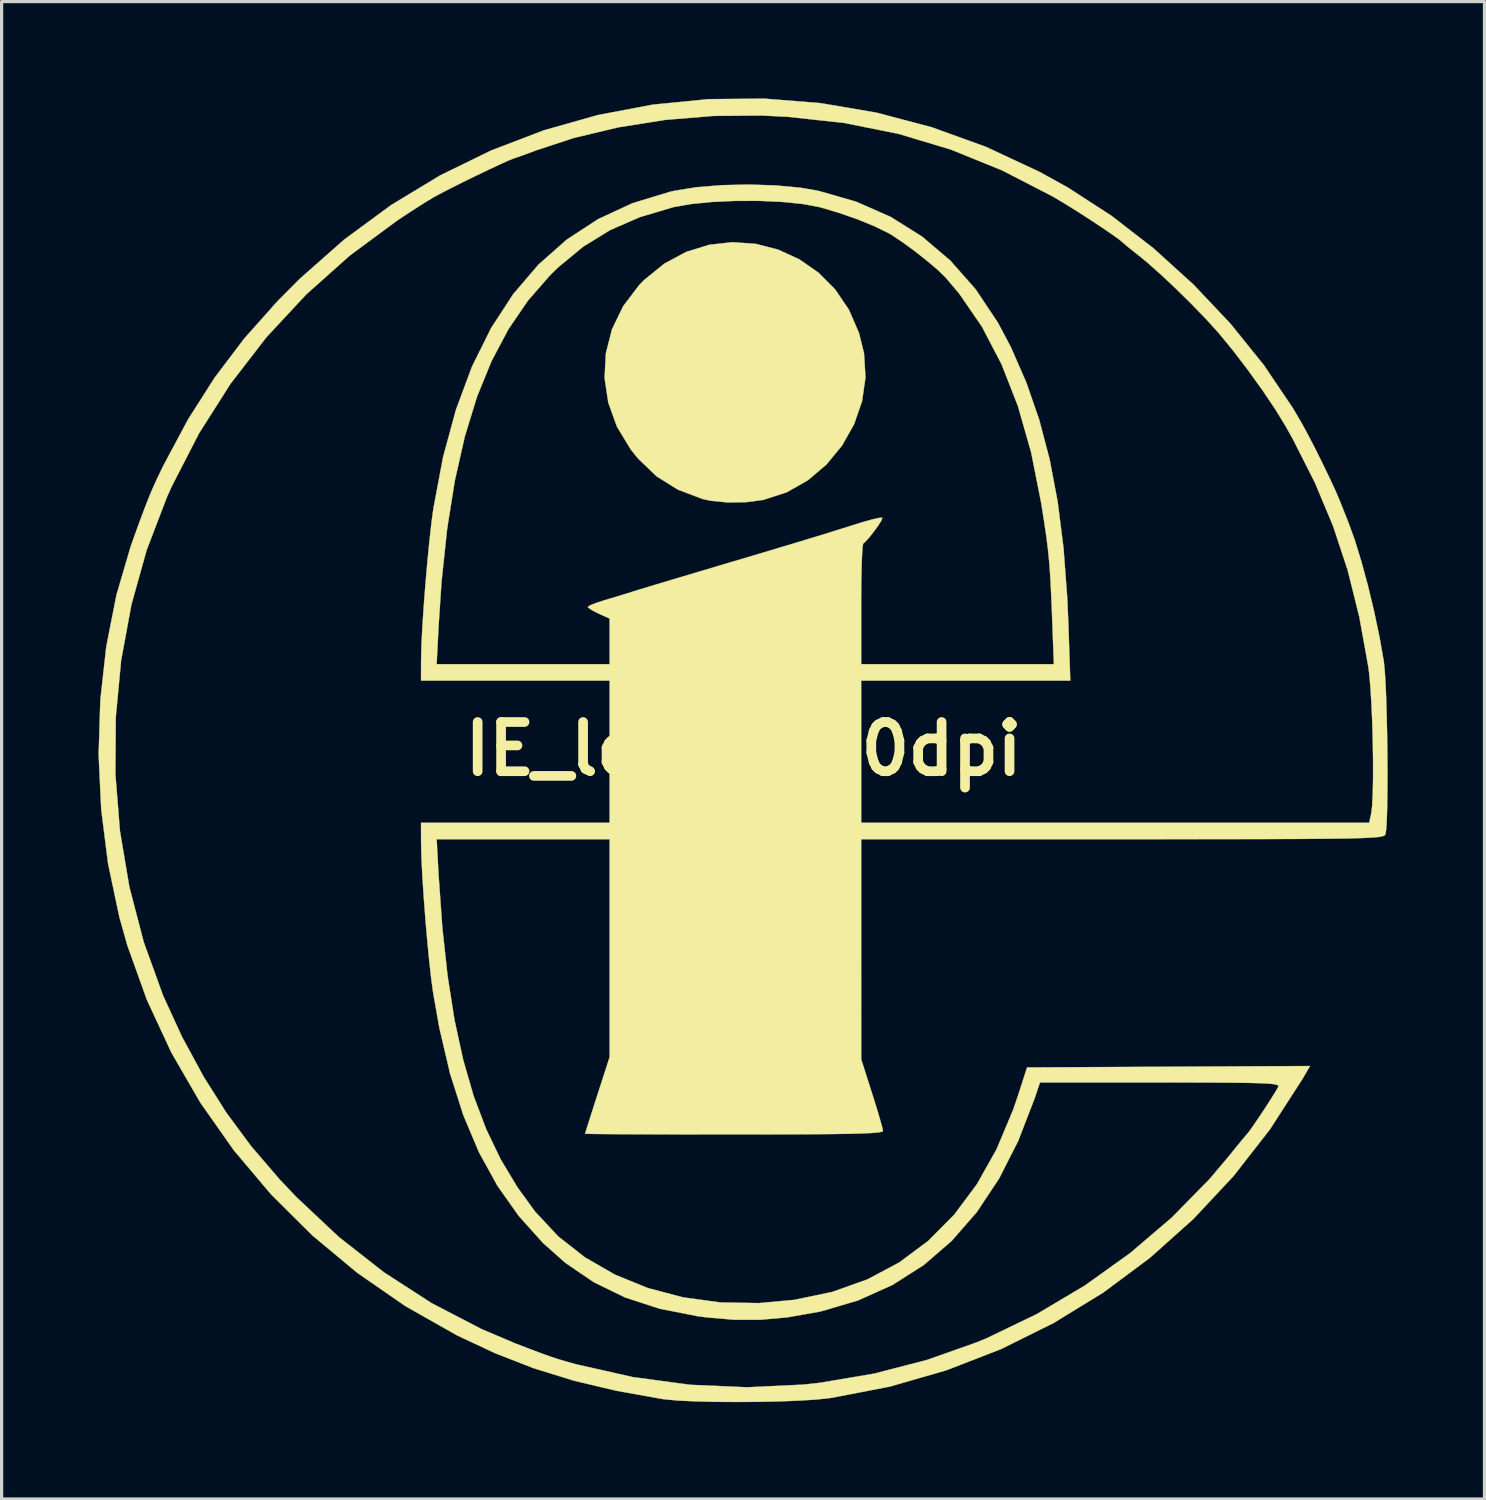
<source format=kicad_pcb>
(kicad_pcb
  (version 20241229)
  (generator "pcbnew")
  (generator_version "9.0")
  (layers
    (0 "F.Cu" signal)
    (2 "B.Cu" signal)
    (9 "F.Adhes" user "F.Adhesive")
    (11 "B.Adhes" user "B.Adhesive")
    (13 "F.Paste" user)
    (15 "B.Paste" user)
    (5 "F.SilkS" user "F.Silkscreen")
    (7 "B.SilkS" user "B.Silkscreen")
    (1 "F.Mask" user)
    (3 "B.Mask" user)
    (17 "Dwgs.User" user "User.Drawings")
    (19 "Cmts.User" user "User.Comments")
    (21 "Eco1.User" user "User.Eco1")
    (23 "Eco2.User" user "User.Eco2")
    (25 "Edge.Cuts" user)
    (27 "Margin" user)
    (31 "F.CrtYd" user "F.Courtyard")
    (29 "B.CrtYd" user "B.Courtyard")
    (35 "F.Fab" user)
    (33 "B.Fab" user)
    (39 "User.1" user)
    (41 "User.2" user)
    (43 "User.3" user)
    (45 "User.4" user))
  (footprint "IE_logo_300dpi"
    (layer "F.Cu")
    (at 19.981 20.147)
    (property "Reference" "IE_logo_300dpi" (at 0 0 0) (layer "F.SilkS") (effects (font (size 1.524 1.524) (thickness 0.3))))
    (attr through_hole)
    (fp_poly (pts (xy 0.377 -15.644) (xy 1.071 -15.465) (xy 1.724 -15.166) (xy 2.319 -14.752) (xy 2.838 -14.23) (xy 3.262 -13.605) (xy 3.574 -12.884) (xy 3.729 -12.259) (xy 3.775 -11.507) (xy 3.668 -10.766) (xy 3.421 -10.055) (xy 3.049 -9.396) (xy 2.568 -8.812) (xy 1.991 -8.322) (xy 1.334 -7.949) (xy 0.611 -7.715) (xy 0.61 -7.714) (xy 0.078 -7.644) (xy -0.492 -7.635) (xy -1.024 -7.688) (xy -1.27 -7.742) (xy -2.034 -8.031) (xy -2.691 -8.441) (xy -3.266 -8.991) (xy -3.495 -9.276) (xy -3.922 -9.98) (xy -4.191 -10.725) (xy -4.306 -11.489) (xy -4.266 -12.255) (xy -4.075 -13.002) (xy -3.732 -13.71) (xy -3.24 -14.361) (xy -3.084 -14.522) (xy -2.453 -15.035) (xy -1.773 -15.397) (xy -1.063 -15.616) (xy -0.341 -15.696) (xy 0.377 -15.644)) (stroke (width 0.01) (type solid)) (fill yes) (layer "F.SilkS"))
    (fp_poly (pts (xy 2.382 -20.003) (xy 4.111 -19.709) (xy 5.823 -19.257) (xy 7.508 -18.648) (xy 9.156 -17.879) (xy 10.043 -17.389) (xy 11.395 -16.513) (xy 12.701 -15.502) (xy 13.938 -14.379) (xy 15.083 -13.167) (xy 16.113 -11.889) (xy 17.005 -10.568) (xy 17.29 -10.084) (xy 17.48 -9.733) (xy 17.703 -9.303) (xy 17.934 -8.838) (xy 18.153 -8.386) (xy 18.335 -7.991) (xy 18.458 -7.705) (xy 18.575 -7.41) (xy 18.68 -7.148) (xy 18.728 -7.027) (xy 18.928 -6.477) (xy 19.135 -5.802) (xy 19.34 -5.046) (xy 19.531 -4.25) (xy 19.697 -3.46) (xy 19.827 -2.718) (xy 19.829 -2.709) (xy 19.856 -2.447) (xy 19.881 -2.062) (xy 19.902 -1.583) (xy 19.918 -1.035) (xy 19.931 -0.444) (xy 19.939 0.162) (xy 19.942 0.757) (xy 19.94 1.315) (xy 19.933 1.81) (xy 19.92 2.214) (xy 19.902 2.502) (xy 19.878 2.646) (xy 19.861 2.671) (xy 19.824 2.692) (xy 19.757 2.712) (xy 19.65 2.728) (xy 19.494 2.742) (xy 19.277 2.754) (xy 18.991 2.764) (xy 18.625 2.773) (xy 18.169 2.779) (xy 17.613 2.784) (xy 16.947 2.788) (xy 16.161 2.791) (xy 15.246 2.792) (xy 14.19 2.793) (xy 12.984 2.794) (xy 11.729 2.794) (xy 3.641 2.794) (xy 3.641 6.202) (xy 3.642 9.61) (xy 3.979 10.668) (xy 4.106 11.071) (xy 4.21 11.421) (xy 4.284 11.683) (xy 4.317 11.823) (xy 4.317 11.832) (xy 4.285 11.856) (xy 4.178 11.876) (xy 3.987 11.893) (xy 3.701 11.907) (xy 3.308 11.918) (xy 2.798 11.926) (xy 2.159 11.932) (xy 1.381 11.936) (xy 0.452 11.938) (xy -0.296 11.938) (xy -1.163 11.938) (xy -1.976 11.937) (xy -2.721 11.935) (xy -3.382 11.933) (xy -3.944 11.93) (xy -4.391 11.927) (xy -4.709 11.923) (xy -4.882 11.919) (xy -4.91 11.917) (xy -4.885 11.833) (xy -4.817 11.617) (xy -4.715 11.298) (xy -4.589 10.905) (xy -4.529 10.719) (xy -4.149 9.543) (xy -4.149 2.794) (xy -9.507 2.794) (xy -9.449 3.873) (xy -9.332 5.522) (xy -9.169 7.021) (xy -8.956 8.382) (xy -8.688 9.618) (xy -8.363 10.743) (xy -7.976 11.77) (xy -7.523 12.712) (xy -7.001 13.582) (xy -6.459 14.328) (xy -5.747 15.092) (xy -4.918 15.744) (xy -3.987 16.281) (xy -2.967 16.696) (xy -1.875 16.985) (xy -0.723 17.142) (xy 0.473 17.163) (xy 1.566 17.063) (xy 2.746 16.817) (xy 3.831 16.43) (xy 4.822 15.903) (xy 5.718 15.236) (xy 6.52 14.428) (xy 7.225 13.482) (xy 7.836 12.396) (xy 8.35 11.171) (xy 8.503 10.722) (xy 8.78 9.864) (xy 13.161 9.842) (xy 17.543 9.82) (xy 17.308 10.223) (xy 16.303 11.781) (xy 15.175 13.227) (xy 13.932 14.556) (xy 12.584 15.761) (xy 11.137 16.838) (xy 9.6 17.78) (xy 7.982 18.583) (xy 6.291 19.24) (xy 4.535 19.747) (xy 2.723 20.097) (xy 2.631 20.11) (xy 2.237 20.151) (xy 1.719 20.183) (xy 1.112 20.207) (xy 0.452 20.221) (xy -0.227 20.225) (xy -0.888 20.221) (xy -1.496 20.206) (xy -2.016 20.182) (xy -2.413 20.147) (xy -2.498 20.136) (xy -3.941 19.878) (xy -5.26 19.565) (xy -6.496 19.182) (xy -7.687 18.719) (xy -8.874 18.163) (xy -8.89 18.154) (xy -10.476 17.256) (xy -11.967 16.224) (xy -13.355 15.069) (xy -14.633 13.799) (xy -15.792 12.425) (xy -16.825 10.956) (xy -17.724 9.402) (xy -18.481 7.772) (xy -19.089 6.077) (xy -19.335 5.202) (xy -19.683 3.558) (xy -19.896 1.875) (xy -19.948 0.782) (xy -19.457 0.782) (xy -19.316 2.541) (xy -19.023 4.28) (xy -18.578 5.984) (xy -17.98 7.638) (xy -17.392 8.919) (xy -16.723 10.153) (xy -16.021 11.265) (xy -15.251 12.306) (xy -14.38 13.321) (xy -13.855 13.876) (xy -12.539 15.113) (xy -11.137 16.212) (xy -9.658 17.167) (xy -8.112 17.97) (xy -7.07 18.412) (xy -6.599 18.593) (xy -6.245 18.726) (xy -5.968 18.825) (xy -5.729 18.903) (xy -5.487 18.975) (xy -5.201 19.055) (xy -5.184 19.059) (xy -3.428 19.455) (xy -1.658 19.693) (xy 0.108 19.77) (xy 1.851 19.687) (xy 2.371 19.63) (xy 4.038 19.348) (xy 5.671 18.926) (xy 7.23 18.375) (xy 7.535 18.248) (xy 9.083 17.502) (xy 10.567 16.62) (xy 11.967 15.618) (xy 13.264 14.512) (xy 14.436 13.316) (xy 15.035 12.607) (xy 15.257 12.331) (xy 15.44 12.107) (xy 15.558 11.967) (xy 15.585 11.938) (xy 15.662 11.842) (xy 15.803 11.642) (xy 15.982 11.378) (xy 16.174 11.089) (xy 16.351 10.813) (xy 16.489 10.591) (xy 16.562 10.462) (xy 16.564 10.456) (xy 16.56 10.425) (xy 16.513 10.4) (xy 16.408 10.38) (xy 16.232 10.363) (xy 15.97 10.351) (xy 15.609 10.342) (xy 15.135 10.336) (xy 14.534 10.332) (xy 13.791 10.33) (xy 12.896 10.329) (xy 9.179 10.329) (xy 9.016 10.816) (xy 8.507 12.136) (xy 7.91 13.311) (xy 7.223 14.344) (xy 6.445 15.236) (xy 5.574 15.988) (xy 4.608 16.602) (xy 3.545 17.08) (xy 2.384 17.423) (xy 1.362 17.603) (xy 0.524 17.679) (xy -0.292 17.679) (xy -1.162 17.603) (xy -1.428 17.568) (xy -2.608 17.335) (xy -3.673 16.987) (xy -4.64 16.516) (xy -5.522 15.915) (xy -6.21 15.303) (xy -6.964 14.464) (xy -7.624 13.53) (xy -8.196 12.492) (xy -8.683 11.337) (xy -9.091 10.055) (xy -9.424 8.637) (xy -9.618 7.535) (xy -9.677 7.1) (xy -9.739 6.541) (xy -9.801 5.902) (xy -9.859 5.222) (xy -9.91 4.545) (xy -9.951 3.911) (xy -9.978 3.362) (xy -9.989 2.942) (xy -9.991 2.286) (xy -4.149 2.286) (xy -4.149 -2.117) (xy -9.991 -2.117) (xy -9.989 -2.625) (xy -9.507 -2.625) (xy -4.149 -2.625) (xy -4.149 -4.038) (xy -4.487 -4.191) (xy -4.693 -4.295) (xy -4.813 -4.378) (xy -4.826 -4.4) (xy -4.751 -4.45) (xy -4.556 -4.527) (xy -4.297 -4.61) (xy -3.954 -4.712) (xy -3.62 -4.815) (xy -3.429 -4.875) (xy -3.263 -4.927) (xy -2.958 -5.019) (xy -2.538 -5.146) (xy -2.026 -5.299) (xy -1.446 -5.472) (xy -0.822 -5.658) (xy -0.635 -5.714) (xy 0.017 -5.907) (xy 0.647 -6.095) (xy 1.23 -6.27) (xy 1.738 -6.422) (xy 2.142 -6.545) (xy 2.418 -6.629) (xy 2.455 -6.64) (xy 2.869 -6.77) (xy 3.32 -6.911) (xy 3.673 -7.021) (xy 3.963 -7.104) (xy 4.184 -7.155) (xy 4.294 -7.163) (xy 4.297 -7.161) (xy 4.271 -7.081) (xy 4.169 -6.919) (xy 4.025 -6.72) (xy 3.874 -6.531) (xy 3.75 -6.397) (xy 3.705 -6.364) (xy 3.686 -6.275) (xy 3.67 -6.041) (xy 3.656 -5.688) (xy 3.646 -5.239) (xy 3.641 -4.719) (xy 3.641 -4.48) (xy 3.641 -2.625) (xy 9.61 -2.625) (xy 9.553 -4.127) (xy 9.527 -4.772) (xy 9.501 -5.293) (xy 9.47 -5.736) (xy 9.431 -6.145) (xy 9.378 -6.567) (xy 9.308 -7.046) (xy 9.217 -7.62) (xy 8.905 -9.189) (xy 8.496 -10.621) (xy 7.989 -11.916) (xy 7.383 -13.076) (xy 6.679 -14.102) (xy 6.254 -14.605) (xy 6.016 -14.836) (xy 5.681 -15.12) (xy 5.299 -15.421) (xy 4.917 -15.7) (xy 4.581 -15.923) (xy 4.483 -15.98) (xy 4.062 -16.187) (xy 3.533 -16.403) (xy 2.958 -16.604) (xy 2.397 -16.77) (xy 2.328 -16.788) (xy 1.813 -16.882) (xy 1.178 -16.945) (xy 0.47 -16.976) (xy -0.265 -16.975) (xy -0.981 -16.942) (xy -1.631 -16.878) (xy -2.169 -16.782) (xy -2.178 -16.78) (xy -3.217 -16.471) (xy -4.135 -16.07) (xy -4.965 -15.56) (xy -5.737 -14.923) (xy -5.996 -14.67) (xy -6.678 -13.889) (xy -7.281 -13.006) (xy -7.807 -12.014) (xy -8.258 -10.906) (xy -8.636 -9.674) (xy -8.944 -8.311) (xy -9.183 -6.811) (xy -9.357 -5.166) (xy -9.448 -3.789) (xy -9.507 -2.625) (xy -9.989 -2.625) (xy -9.989 -2.773) (xy -9.978 -3.204) (xy -9.95 -3.762) (xy -9.908 -4.406) (xy -9.855 -5.095) (xy -9.795 -5.786) (xy -9.731 -6.44) (xy -9.667 -7.015) (xy -9.609 -7.442) (xy -9.306 -9.047) (xy -8.907 -10.514) (xy -8.412 -11.844) (xy -7.821 -13.035) (xy -7.135 -14.088) (xy -6.354 -15.001) (xy -5.479 -15.775) (xy -4.509 -16.409) (xy -3.445 -16.902) (xy -2.288 -17.255) (xy -2.146 -17.287) (xy -1.464 -17.398) (xy -0.676 -17.462) (xy 0.162 -17.481) (xy 0.995 -17.454) (xy 1.766 -17.382) (xy 2.307 -17.289) (xy 3.479 -16.953) (xy 4.553 -16.481) (xy 5.528 -15.87) (xy 6.407 -15.122) (xy 7.188 -14.235) (xy 7.874 -13.208) (xy 8.278 -12.446) (xy 8.757 -11.348) (xy 9.156 -10.197) (xy 9.478 -8.973) (xy 9.727 -7.657) (xy 9.908 -6.23) (xy 10.025 -4.672) (xy 10.059 -3.873) (xy 10.118 -2.117) (xy 3.641 -2.117) (xy 3.641 2.286) (xy 19.375 2.286) (xy 19.436 2.011) (xy 19.467 1.77) (xy 19.486 1.393) (xy 19.496 0.912) (xy 19.496 0.36) (xy 19.487 -0.233) (xy 19.47 -0.832) (xy 19.445 -1.405) (xy 19.413 -1.921) (xy 19.375 -2.347) (xy 19.35 -2.54) (xy 19.068 -4.099) (xy 18.708 -5.542) (xy 18.255 -6.911) (xy 17.695 -8.247) (xy 17.015 -9.591) (xy 16.776 -10.017) (xy 16.463 -10.528) (xy 16.068 -11.114) (xy 15.625 -11.73) (xy 15.17 -12.327) (xy 14.735 -12.858) (xy 14.668 -12.935) (xy 14.304 -13.335) (xy 13.871 -13.782) (xy 13.407 -14.239) (xy 12.949 -14.67) (xy 12.536 -15.039) (xy 12.277 -15.253) (xy 12.039 -15.441) (xy 11.857 -15.588) (xy 11.77 -15.664) (xy 11.769 -15.665) (xy 11.649 -15.767) (xy 11.415 -15.935) (xy 11.099 -16.151) (xy 10.732 -16.394) (xy 10.344 -16.644) (xy 9.966 -16.879) (xy 9.63 -17.08) (xy 9.567 -17.116) (xy 8.009 -17.919) (xy 6.426 -18.562) (xy 4.803 -19.05) (xy 3.123 -19.388) (xy 1.371 -19.579) (xy 0.565 -19.619) (xy -0.931 -19.607) (xy -2.426 -19.484) (xy -3.884 -19.253) (xy -5.268 -18.922) (xy -6.435 -18.537) (xy -6.73 -18.427) (xy -6.992 -18.334) (xy -7.112 -18.293) (xy -7.276 -18.228) (xy -7.555 -18.102) (xy -7.913 -17.934) (xy -8.316 -17.741) (xy -8.727 -17.539) (xy -9.111 -17.346) (xy -9.432 -17.179) (xy -9.61 -17.082) (xy -9.822 -16.955) (xy -10.128 -16.761) (xy -10.482 -16.531) (xy -10.743 -16.357) (xy -12.204 -15.277) (xy -13.552 -14.072) (xy -14.782 -12.749) (xy -15.889 -11.314) (xy -16.867 -9.775) (xy -17.71 -8.136) (xy -17.86 -7.803) (xy -18.488 -6.163) (xy -18.961 -4.47) (xy -19.28 -2.739) (xy -19.445 -0.983) (xy -19.457 0.782) (xy -19.948 0.782) (xy -19.976 0.176) (xy -19.924 -1.513) (xy -19.74 -3.168) (xy -19.425 -4.766) (xy -18.981 -6.28) (xy -18.926 -6.435) (xy -18.725 -6.991) (xy -18.564 -7.424) (xy -18.428 -7.772) (xy -18.303 -8.071) (xy -18.172 -8.36) (xy -18.022 -8.673) (xy -17.961 -8.796) (xy -17.204 -10.21) (xy -16.382 -11.502) (xy -15.465 -12.713) (xy -14.426 -13.88) (xy -13.741 -14.567) (xy -12.368 -15.779) (xy -10.917 -16.846) (xy -9.396 -17.766) (xy -7.816 -18.538) (xy -6.185 -19.161) (xy -4.514 -19.634) (xy -2.812 -19.956) (xy -1.09 -20.126) (xy 0.645 -20.142) (xy 2.382 -20.003)) (stroke (width 0.01) (type solid)) (fill yes) (layer "F.SilkS")))
  (gr_rect
    (start -3 -3)
    (end 42.928 43.377)
    (stroke (width 0.1) (type default))
    (fill no)
    (layer "Edge.Cuts")))
</source>
